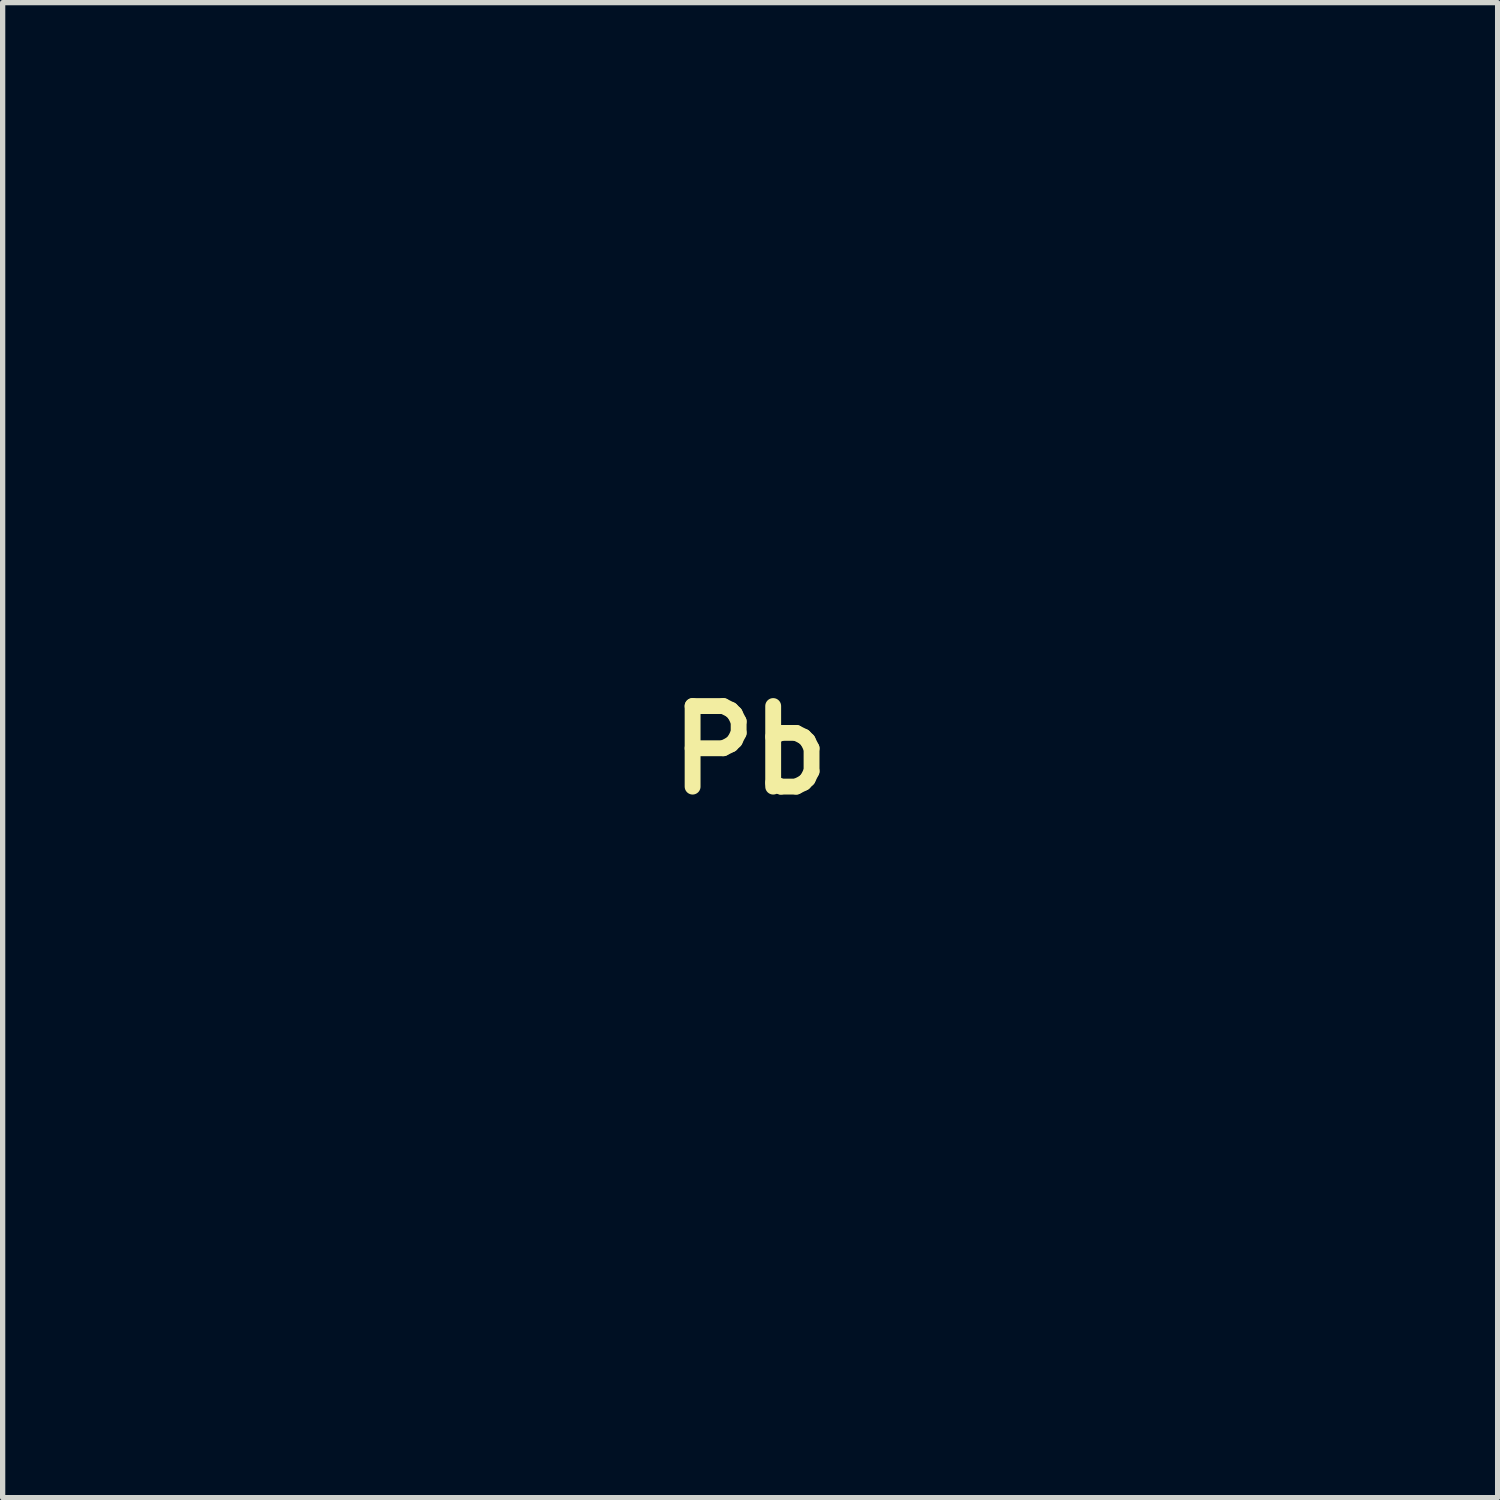
<source format=kicad_pcb>
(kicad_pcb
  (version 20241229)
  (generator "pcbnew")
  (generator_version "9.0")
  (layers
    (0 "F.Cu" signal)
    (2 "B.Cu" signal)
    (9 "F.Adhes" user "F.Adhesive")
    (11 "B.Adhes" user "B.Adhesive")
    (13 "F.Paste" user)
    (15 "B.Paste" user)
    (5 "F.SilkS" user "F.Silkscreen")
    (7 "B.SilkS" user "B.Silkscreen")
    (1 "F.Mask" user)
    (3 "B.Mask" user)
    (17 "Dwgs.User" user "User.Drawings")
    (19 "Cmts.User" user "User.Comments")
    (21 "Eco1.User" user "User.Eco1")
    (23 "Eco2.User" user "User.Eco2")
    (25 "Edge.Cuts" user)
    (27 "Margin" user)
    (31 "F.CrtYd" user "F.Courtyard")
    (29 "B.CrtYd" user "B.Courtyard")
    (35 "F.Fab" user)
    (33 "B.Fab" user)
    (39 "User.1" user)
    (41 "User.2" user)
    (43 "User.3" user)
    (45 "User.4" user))
  (footprint "Pb"
    (layer "F.Cu")
    (at 11.139 11.139)
    (property "Reference" "Pb" (at 0 0 0) (layer "F.SilkS") (effects (font (size 1.524 1.524) (thickness 0.3))))
    (attr through_hole)
    (fp_poly (pts (xy 11.134 11.134) (xy -11.134 11.134) (xy -11.134 -10.88) (xy -10.88 -10.88) (xy -10.88 10.88) (xy 10.88 10.88) (xy 10.88 -10.88) (xy -10.88 -10.88) (xy -11.134 -10.88) (xy -11.134 -11.134) (xy 11.134 -11.134) (xy 11.134 11.134)) (stroke (width 0.01) (type solid)) (fill no) (layer "Eco1.User"))
    (fp_poly (pts (xy 2.045 8.754) (xy 2.072 8.781) (xy 2.104 8.864) (xy 2.109 8.978) (xy 2.064 9.099) (xy 1.966 9.158) (xy 1.85 9.154) (xy 1.778 9.104) (xy 1.732 9.029) (xy 1.721 8.911) (xy 1.766 8.81) (xy 1.849 8.741) (xy 1.948 8.717) (xy 2.045 8.754)) (stroke (width 0.01) (type solid)) (fill no) (layer "Eco1.User"))
    (fp_poly (pts (xy 10.361 0.011) (xy 10.351 10.351) (xy 0.011 10.361) (xy -10.329 10.372) (xy -10.329 -10.075) (xy -10.075 -10.075) (xy -10.075 10.118) (xy 10.118 10.118) (xy 10.118 -10.075) (xy -10.075 -10.075) (xy -10.329 -10.075) (xy -10.329 -10.329) (xy 0.021 -10.329) (xy 10.372 -10.329) (xy 10.361 0.011)) (stroke (width 0.01) (type solid)) (fill no) (layer "Eco1.User"))
    (fp_poly (pts (xy -2.677 4.625) (xy -2.665 5.588) (xy -1.778 5.588) (xy -1.778 5.8) (xy -2.351 5.8) (xy -2.601 5.797) (xy -2.776 5.79) (xy -2.885 5.776) (xy -2.937 5.756) (xy -2.944 5.746) (xy -2.95 5.69) (xy -2.953 5.562) (xy -2.956 5.374) (xy -2.956 5.138) (xy -2.955 4.868) (xy -2.954 4.677) (xy -2.942 3.662) (xy -2.688 3.662) (xy -2.677 4.625)) (stroke (width 0.01) (type solid)) (fill no) (layer "Eco1.User"))
    (fp_poly (pts (xy 1.312 6.841) (xy 1.295 6.901) (xy 1.247 7.024) (xy 1.173 7.199) (xy 1.079 7.414) (xy 0.971 7.656) (xy 0.855 7.912) (xy 0.736 8.172) (xy 0.619 8.422) (xy 0.511 8.65) (xy 0.416 8.843) (xy 0.341 8.991) (xy 0.291 9.079) (xy 0.283 9.091) (xy 0.23 9.118) (xy 0.139 9.139) (xy 0.041 9.148) (xy -0.028 9.142) (xy -0.042 9.129) (xy -0.024 9.088) (xy 0.026 8.982) (xy 0.104 8.819) (xy 0.205 8.61) (xy 0.325 8.365) (xy 0.457 8.093) (xy 0.466 8.077) (xy 0.599 7.803) (xy 0.72 7.555) (xy 0.822 7.342) (xy 0.902 7.173) (xy 0.954 7.061) (xy 0.974 7.013) (xy 0.974 7.013) (xy 0.934 7.002) (xy 0.825 6.994) (xy 0.662 6.988) (xy 0.461 6.985) (xy 0.402 6.985) (xy -0.169 6.985) (xy -0.169 6.731) (xy 1.312 6.731) (xy 1.312 6.841)) (stroke (width 0.01) (type solid)) (fill no) (layer "Eco1.User"))
    (fp_poly (pts (xy 1.344 -9.082) (xy 1.598 -9.008) (xy 1.803 -8.876) (xy 1.952 -8.694) (xy 2.042 -8.47) (xy 2.066 -8.213) (xy 2.021 -7.931) (xy 1.917 -7.665) (xy 1.816 -7.505) (xy 1.649 -7.296) (xy 1.419 -7.04) (xy 1.296 -6.911) (xy 0.792 -6.392) (xy 2.159 -6.392) (xy 2.159 -6.096) (xy 0.254 -6.096) (xy 0.254 -6.207) (xy 0.268 -6.264) (xy 0.314 -6.34) (xy 0.4 -6.445) (xy 0.533 -6.587) (xy 0.72 -6.774) (xy 0.779 -6.832) (xy 0.967 -7.023) (xy 1.149 -7.216) (xy 1.307 -7.396) (xy 1.427 -7.545) (xy 1.475 -7.613) (xy 1.614 -7.88) (xy 1.678 -8.127) (xy 1.667 -8.349) (xy 1.582 -8.541) (xy 1.476 -8.656) (xy 1.319 -8.737) (xy 1.119 -8.769) (xy 0.902 -8.751) (xy 0.693 -8.683) (xy 0.64 -8.656) (xy 0.532 -8.597) (xy 0.46 -8.564) (xy 0.444 -8.561) (xy 0.405 -8.627) (xy 0.363 -8.719) (xy 0.34 -8.791) (xy 0.339 -8.799) (xy 0.376 -8.849) (xy 0.476 -8.91) (xy 0.616 -8.972) (xy 0.776 -9.029) (xy 0.935 -9.072) (xy 1.045 -9.089) (xy 1.344 -9.082)) (stroke (width 0.01) (type solid)) (fill no) (layer "Eco1.User"))
    (fp_poly (pts (xy 2.963 5.8) (xy 2.857 5.8) (xy 2.782 5.786) (xy 2.754 5.728) (xy 2.752 5.673) (xy 2.737 5.578) (xy 2.702 5.546) (xy 2.662 5.585) (xy 2.654 5.602) (xy 2.592 5.67) (xy 2.473 5.733) (xy 2.325 5.78) (xy 2.178 5.8) (xy 2.169 5.8) (xy 1.977 5.763) (xy 1.861 5.704) (xy 1.693 5.543) (xy 1.584 5.338) (xy 1.535 5.107) (xy 1.537 5.066) (xy 1.797 5.066) (xy 1.839 5.272) (xy 1.874 5.355) (xy 1.984 5.493) (xy 2.14 5.571) (xy 2.321 5.583) (xy 2.472 5.54) (xy 2.588 5.444) (xy 2.664 5.295) (xy 2.703 5.114) (xy 2.703 4.921) (xy 2.665 4.739) (xy 2.588 4.59) (xy 2.474 4.494) (xy 2.472 4.493) (xy 2.292 4.449) (xy 2.128 4.477) (xy 1.988 4.565) (xy 1.88 4.7) (xy 1.814 4.872) (xy 1.797 5.066) (xy 1.537 5.066) (xy 1.549 4.867) (xy 1.626 4.637) (xy 1.741 4.466) (xy 1.913 4.327) (xy 2.114 4.254) (xy 2.324 4.248) (xy 2.521 4.313) (xy 2.599 4.365) (xy 2.709 4.451) (xy 2.709 3.514) (xy 2.963 3.514) (xy 2.963 5.8)) (stroke (width 0.01) (type solid)) (fill no) (layer "Eco1.User"))
    (fp_poly (pts (xy -2.977 6.744) (xy -2.839 6.814) (xy -2.692 6.967) (xy -2.606 7.168) (xy -2.582 7.399) (xy -2.623 7.647) (xy -2.694 7.828) (xy -2.771 7.953) (xy -2.893 8.115) (xy -3.044 8.295) (xy -3.181 8.445) (xy -3.322 8.594) (xy -3.439 8.722) (xy -3.52 8.815) (xy -3.555 8.861) (xy -3.556 8.864) (xy -3.516 8.874) (xy -3.408 8.882) (xy -3.247 8.888) (xy -3.049 8.89) (xy -3.024 8.89) (xy -2.492 8.89) (xy -2.505 9.006) (xy -2.519 9.123) (xy -4.022 9.146) (xy -4.021 9.029) (xy -4.008 8.969) (xy -3.964 8.892) (xy -3.882 8.789) (xy -3.753 8.65) (xy -3.569 8.465) (xy -3.558 8.453) (xy -3.289 8.173) (xy -3.09 7.929) (xy -2.958 7.715) (xy -2.889 7.524) (xy -2.879 7.35) (xy -2.926 7.186) (xy -2.939 7.16) (xy -3.048 7.036) (xy -3.207 6.962) (xy -3.399 6.944) (xy -3.603 6.984) (xy -3.703 7.027) (xy -3.804 7.075) (xy -3.867 7.1) (xy -3.875 7.101) (xy -3.899 7.06) (xy -3.93 7) (xy -3.954 6.924) (xy -3.914 6.869) (xy -3.883 6.848) (xy -3.675 6.75) (xy -3.437 6.7) (xy -3.196 6.697) (xy -2.977 6.744)) (stroke (width 0.01) (type solid)) (fill no) (layer "Eco1.User"))
    (fp_poly (pts (xy 3.5 6.744) (xy 3.638 6.814) (xy 3.785 6.967) (xy 3.871 7.168) (xy 3.895 7.399) (xy 3.854 7.647) (xy 3.783 7.828) (xy 3.706 7.953) (xy 3.584 8.115) (xy 3.433 8.295) (xy 3.296 8.445) (xy 3.155 8.594) (xy 3.038 8.722) (xy 2.957 8.815) (xy 2.922 8.861) (xy 2.921 8.864) (xy 2.961 8.874) (xy 3.069 8.882) (xy 3.23 8.888) (xy 3.428 8.89) (xy 3.453 8.89) (xy 3.985 8.89) (xy 3.972 9.006) (xy 3.958 9.123) (xy 2.455 9.146) (xy 2.456 9.029) (xy 2.469 8.969) (xy 2.513 8.892) (xy 2.595 8.789) (xy 2.724 8.65) (xy 2.908 8.465) (xy 2.919 8.453) (xy 3.188 8.173) (xy 3.387 7.929) (xy 3.519 7.715) (xy 3.588 7.524) (xy 3.598 7.35) (xy 3.551 7.186) (xy 3.538 7.16) (xy 3.429 7.036) (xy 3.27 6.962) (xy 3.078 6.944) (xy 2.874 6.984) (xy 2.774 7.027) (xy 2.673 7.075) (xy 2.61 7.1) (xy 2.602 7.101) (xy 2.578 7.06) (xy 2.547 7) (xy 2.523 6.924) (xy 2.563 6.869) (xy 2.594 6.848) (xy 2.802 6.75) (xy 3.04 6.7) (xy 3.281 6.697) (xy 3.5 6.744)) (stroke (width 0.01) (type solid)) (fill no) (layer "Eco1.User"))
    (fp_poly (pts (xy -1.152 6.709) (xy -0.945 6.793) (xy -0.78 6.949) (xy -0.66 7.175) (xy -0.583 7.471) (xy -0.551 7.836) (xy -0.55 7.916) (xy -0.569 8.28) (xy -0.627 8.573) (xy -0.725 8.799) (xy -0.789 8.89) (xy -0.978 9.053) (xy -1.2 9.144) (xy -1.441 9.156) (xy -1.519 9.142) (xy -1.725 9.057) (xy -1.89 8.902) (xy -1.979 8.759) (xy -2.079 8.494) (xy -2.136 8.192) (xy -2.147 7.959) (xy -1.833 7.959) (xy -1.828 8.177) (xy -1.811 8.339) (xy -1.778 8.475) (xy -1.736 8.585) (xy -1.625 8.776) (xy -1.493 8.891) (xy -1.349 8.928) (xy -1.198 8.884) (xy -1.081 8.794) (xy -0.974 8.648) (xy -0.901 8.453) (xy -0.86 8.199) (xy -0.847 7.88) (xy -0.867 7.555) (xy -0.926 7.294) (xy -1.021 7.099) (xy -1.152 6.976) (xy -1.315 6.926) (xy -1.34 6.926) (xy -1.466 6.945) (xy -1.571 7.017) (xy -1.612 7.06) (xy -1.712 7.203) (xy -1.779 7.382) (xy -1.818 7.611) (xy -1.833 7.904) (xy -1.833 7.959) (xy -2.147 7.959) (xy -2.151 7.873) (xy -2.124 7.561) (xy -2.056 7.277) (xy -1.948 7.043) (xy -1.936 7.026) (xy -1.779 6.847) (xy -1.595 6.74) (xy -1.401 6.699) (xy -1.152 6.709)) (stroke (width 0.01) (type solid)) (fill no) (layer "Eco1.User"))
    (fp_poly (pts (xy -0.704 4.261) (xy -0.515 4.348) (xy -0.374 4.5) (xy -0.288 4.714) (xy -0.267 4.839) (xy -0.242 5.08) (xy -1.349 5.08) (xy -1.314 5.196) (xy -1.265 5.343) (xy -1.216 5.435) (xy -1.15 5.5) (xy -1.108 5.53) (xy -0.976 5.581) (xy -0.798 5.604) (xy -0.609 5.597) (xy -0.502 5.577) (xy -0.41 5.568) (xy -0.365 5.612) (xy -0.363 5.617) (xy -0.356 5.689) (xy -0.406 5.74) (xy -0.522 5.771) (xy -0.712 5.788) (xy -0.753 5.789) (xy -0.944 5.79) (xy -1.079 5.775) (xy -1.189 5.739) (xy -1.238 5.715) (xy -1.405 5.578) (xy -1.514 5.382) (xy -1.563 5.133) (xy -1.565 5.05) (xy -1.535 4.789) (xy -1.312 4.789) (xy -1.305 4.826) (xy -1.272 4.849) (xy -1.198 4.862) (xy -1.068 4.867) (xy -0.91 4.868) (xy -0.719 4.866) (xy -0.599 4.858) (xy -0.534 4.842) (xy -0.509 4.815) (xy -0.508 4.803) (xy -0.546 4.654) (xy -0.645 4.531) (xy -0.781 4.448) (xy -0.934 4.422) (xy -1.026 4.441) (xy -1.137 4.511) (xy -1.237 4.619) (xy -1.302 4.734) (xy -1.312 4.789) (xy -1.535 4.789) (xy -1.533 4.775) (xy -1.441 4.55) (xy -1.294 4.382) (xy -1.098 4.277) (xy -0.937 4.245) (xy -0.704 4.261)) (stroke (width 0.01) (type solid)) (fill no) (layer "Eco1.User"))
    (fp_poly (pts (xy -2.262 -3.884) (xy -2.101 -3.868) (xy -1.943 -3.841) (xy -1.909 -3.835) (xy -1.505 -3.72) (xy -1.169 -3.555) (xy -0.9 -3.34) (xy -0.699 -3.074) (xy -0.566 -2.757) (xy -0.502 -2.391) (xy -0.495 -2.223) (xy -0.528 -1.815) (xy -0.631 -1.455) (xy -0.801 -1.145) (xy -1.035 -0.884) (xy -1.332 -0.677) (xy -1.69 -0.524) (xy -2.105 -0.427) (xy -2.576 -0.387) (xy -2.783 -0.389) (xy -3.26 -0.402) (xy -3.26 0.73) (xy -3.26 1.863) (xy -4 1.863) (xy -3.991 -0.963) (xy -3.985 -2.605) (xy -3.252 -2.605) (xy -3.251 -2.272) (xy -3.25 -2.114) (xy -3.239 -0.995) (xy -3.048 -0.967) (xy -2.829 -0.952) (xy -2.574 -0.958) (xy -2.316 -0.984) (xy -2.087 -1.027) (xy -1.968 -1.062) (xy -1.686 -1.209) (xy -1.466 -1.41) (xy -1.313 -1.663) (xy -1.228 -1.961) (xy -1.213 -2.159) (xy -1.23 -2.437) (xy -1.297 -2.665) (xy -1.422 -2.867) (xy -1.491 -2.948) (xy -1.646 -3.091) (xy -1.818 -3.194) (xy -2.022 -3.263) (xy -2.274 -3.302) (xy -2.589 -3.316) (xy -2.658 -3.317) (xy -2.861 -3.313) (xy -3.035 -3.304) (xy -3.16 -3.291) (xy -3.219 -3.275) (xy -3.219 -3.275) (xy -3.232 -3.219) (xy -3.242 -3.085) (xy -3.248 -2.878) (xy -3.252 -2.605) (xy -3.985 -2.605) (xy -3.981 -3.789) (xy -3.821 -3.82) (xy -3.725 -3.832) (xy -3.562 -3.846) (xy -3.352 -3.86) (xy -3.113 -3.872) (xy -2.963 -3.879) (xy -2.672 -3.889) (xy -2.445 -3.89) (xy -2.262 -3.884)) (stroke (width 0.01) (type solid)) (fill no) (layer "Eco1.User"))
    (fp_poly (pts (xy 0.836 4.271) (xy 0.923 4.317) (xy 1.021 4.392) (xy 1.092 4.486) (xy 1.14 4.612) (xy 1.169 4.785) (xy 1.183 5.017) (xy 1.185 5.248) (xy 1.185 5.8) (xy 1.079 5.8) (xy 0.995 5.778) (xy 0.974 5.722) (xy 0.956 5.632) (xy 0.903 5.619) (xy 0.818 5.679) (xy 0.697 5.751) (xy 0.514 5.788) (xy 0.489 5.791) (xy 0.349 5.798) (xy 0.26 5.782) (xy 0.185 5.734) (xy 0.129 5.681) (xy 0.023 5.529) (xy -0.007 5.371) (xy 0.012 5.296) (xy 0.259 5.296) (xy 0.26 5.42) (xy 0.335 5.542) (xy 0.339 5.546) (xy 0.456 5.618) (xy 0.594 5.617) (xy 0.721 5.566) (xy 0.845 5.475) (xy 0.912 5.348) (xy 0.931 5.167) (xy 0.926 5.058) (xy 0.9 5.008) (xy 0.837 4.996) (xy 0.815 4.996) (xy 0.61 5.02) (xy 0.444 5.085) (xy 0.323 5.181) (xy 0.259 5.296) (xy 0.012 5.296) (xy 0.031 5.216) (xy 0.13 5.075) (xy 0.281 4.957) (xy 0.477 4.872) (xy 0.711 4.829) (xy 0.795 4.826) (xy 0.892 4.82) (xy 0.924 4.79) (xy 0.913 4.714) (xy 0.911 4.71) (xy 0.852 4.563) (xy 0.752 4.479) (xy 0.597 4.446) (xy 0.541 4.445) (xy 0.401 4.454) (xy 0.286 4.475) (xy 0.253 4.488) (xy 0.182 4.505) (xy 0.13 4.451) (xy 0.127 4.445) (xy 0.106 4.38) (xy 0.144 4.337) (xy 0.199 4.312) (xy 0.31 4.281) (xy 0.462 4.255) (xy 0.55 4.246) (xy 0.715 4.244) (xy 0.836 4.271)) (stroke (width 0.01) (type solid)) (fill no) (layer "Eco1.User"))
    (fp_poly (pts (xy -0.945 -9.084) (xy -0.695 -9.013) (xy -0.494 -8.88) (xy -0.35 -8.688) (xy -0.329 -8.646) (xy -0.27 -8.417) (xy -0.291 -8.193) (xy -0.388 -7.986) (xy -0.556 -7.809) (xy -0.649 -7.745) (xy -0.773 -7.669) (xy -0.6 -7.582) (xy -0.392 -7.437) (xy -0.256 -7.249) (xy -0.188 -7.012) (xy -0.18 -6.927) (xy -0.197 -6.675) (xy -0.281 -6.468) (xy -0.439 -6.295) (xy -0.564 -6.206) (xy -0.683 -6.14) (xy -0.795 -6.1) (xy -0.932 -6.078) (xy -1.114 -6.068) (xy -1.295 -6.068) (xy -1.458 -6.078) (xy -1.573 -6.098) (xy -1.587 -6.102) (xy -1.822 -6.227) (xy -1.995 -6.396) (xy -2.105 -6.596) (xy -2.15 -6.814) (xy -2.144 -6.87) (xy -1.75 -6.87) (xy -1.713 -6.663) (xy -1.601 -6.497) (xy -1.436 -6.382) (xy -1.241 -6.318) (xy -1.041 -6.327) (xy -0.86 -6.39) (xy -0.691 -6.505) (xy -0.589 -6.657) (xy -0.551 -6.83) (xy -0.578 -7.01) (xy -0.668 -7.182) (xy -0.82 -7.331) (xy -0.93 -7.398) (xy -1.114 -7.472) (xy -1.264 -7.485) (xy -1.405 -7.437) (xy -1.464 -7.4) (xy -1.634 -7.238) (xy -1.729 -7.037) (xy -1.75 -6.87) (xy -2.144 -6.87) (xy -2.128 -7.036) (xy -2.037 -7.249) (xy -1.877 -7.438) (xy -1.774 -7.517) (xy -1.58 -7.647) (xy -1.723 -7.741) (xy -1.899 -7.901) (xy -2.002 -8.102) (xy -2.032 -8.319) (xy -2.02 -8.397) (xy -1.68 -8.397) (xy -1.669 -8.22) (xy -1.58 -8.057) (xy -1.418 -7.918) (xy -1.349 -7.88) (xy -1.174 -7.817) (xy -1.023 -7.824) (xy -0.873 -7.903) (xy -0.866 -7.908) (xy -0.719 -8.059) (xy -0.645 -8.229) (xy -0.637 -8.401) (xy -0.691 -8.562) (xy -0.802 -8.694) (xy -0.962 -8.784) (xy -1.168 -8.817) (xy -1.192 -8.816) (xy -1.381 -8.785) (xy -1.519 -8.699) (xy -1.611 -8.58) (xy -1.68 -8.397) (xy -2.02 -8.397) (xy -1.994 -8.565) (xy -1.885 -8.771) (xy -1.711 -8.933) (xy -1.48 -9.042) (xy -1.238 -9.089) (xy -0.945 -9.084)) (stroke (width 0.01) (type solid)) (fill no) (layer "Eco1.User"))
    (fp_poly (pts (xy 1.185 -1.547) (xy 1.292 -1.703) (xy 1.508 -1.949) (xy 1.78 -2.131) (xy 2.104 -2.25) (xy 2.476 -2.302) (xy 2.603 -2.305) (xy 2.934 -2.284) (xy 3.21 -2.217) (xy 3.451 -2.096) (xy 3.679 -1.914) (xy 3.728 -1.866) (xy 3.973 -1.567) (xy 4.152 -1.227) (xy 4.265 -0.84) (xy 4.315 -0.401) (xy 4.318 -0.252) (xy 4.285 0.222) (xy 4.188 0.645) (xy 4.027 1.015) (xy 3.804 1.331) (xy 3.52 1.59) (xy 3.236 1.762) (xy 3.058 1.844) (xy 2.91 1.892) (xy 2.75 1.918) (xy 2.576 1.929) (xy 2.385 1.931) (xy 2.204 1.922) (xy 2.066 1.906) (xy 2.049 1.902) (xy 1.813 1.814) (xy 1.574 1.671) (xy 1.366 1.496) (xy 1.271 1.386) (xy 1.188 1.277) (xy 1.139 1.229) (xy 1.112 1.234) (xy 1.094 1.28) (xy 1.078 1.376) (xy 1.066 1.518) (xy 1.063 1.619) (xy 1.058 1.863) (xy 0.411 1.863) (xy 0.438 1.577) (xy 0.443 1.485) (xy 0.447 1.316) (xy 0.451 1.079) (xy 0.455 0.781) (xy 0.458 0.431) (xy 0.461 0.037) (xy 0.462 -0.129) (xy 1.185 -0.129) (xy 1.186 0.106) (xy 1.19 0.275) (xy 1.2 0.398) (xy 1.22 0.494) (xy 1.253 0.582) (xy 1.301 0.681) (xy 1.323 0.722) (xy 1.503 0.992) (xy 1.722 1.188) (xy 1.932 1.293) (xy 2.126 1.336) (xy 2.36 1.351) (xy 2.591 1.336) (xy 2.719 1.31) (xy 2.961 1.201) (xy 3.169 1.025) (xy 3.34 0.793) (xy 3.47 0.518) (xy 3.556 0.212) (xy 3.594 -0.115) (xy 3.582 -0.45) (xy 3.516 -0.781) (xy 3.4 -1.079) (xy 3.227 -1.353) (xy 3.013 -1.552) (xy 2.756 -1.678) (xy 2.454 -1.733) (xy 2.368 -1.735) (xy 2.062 -1.696) (xy 1.788 -1.581) (xy 1.553 -1.397) (xy 1.367 -1.15) (xy 1.27 -0.944) (xy 1.234 -0.832) (xy 1.21 -0.712) (xy 1.195 -0.564) (xy 1.187 -0.368) (xy 1.185 -0.129) (xy 0.462 -0.129) (xy 0.463 -0.393) (xy 0.465 -0.851) (xy 0.465 -1.33) (xy 0.465 -1.429) (xy 0.466 -4.149) (xy 1.185 -4.149) (xy 1.185 -1.547)) (stroke (width 0.01) (type solid)) (fill no) (layer "Eco1.User")))
  (gr_rect
    (start -3 -3)
    (end 25.277 25.277)
    (stroke (width 0.1) (type default))
    (fill no)
    (layer "Edge.Cuts")))
</source>
